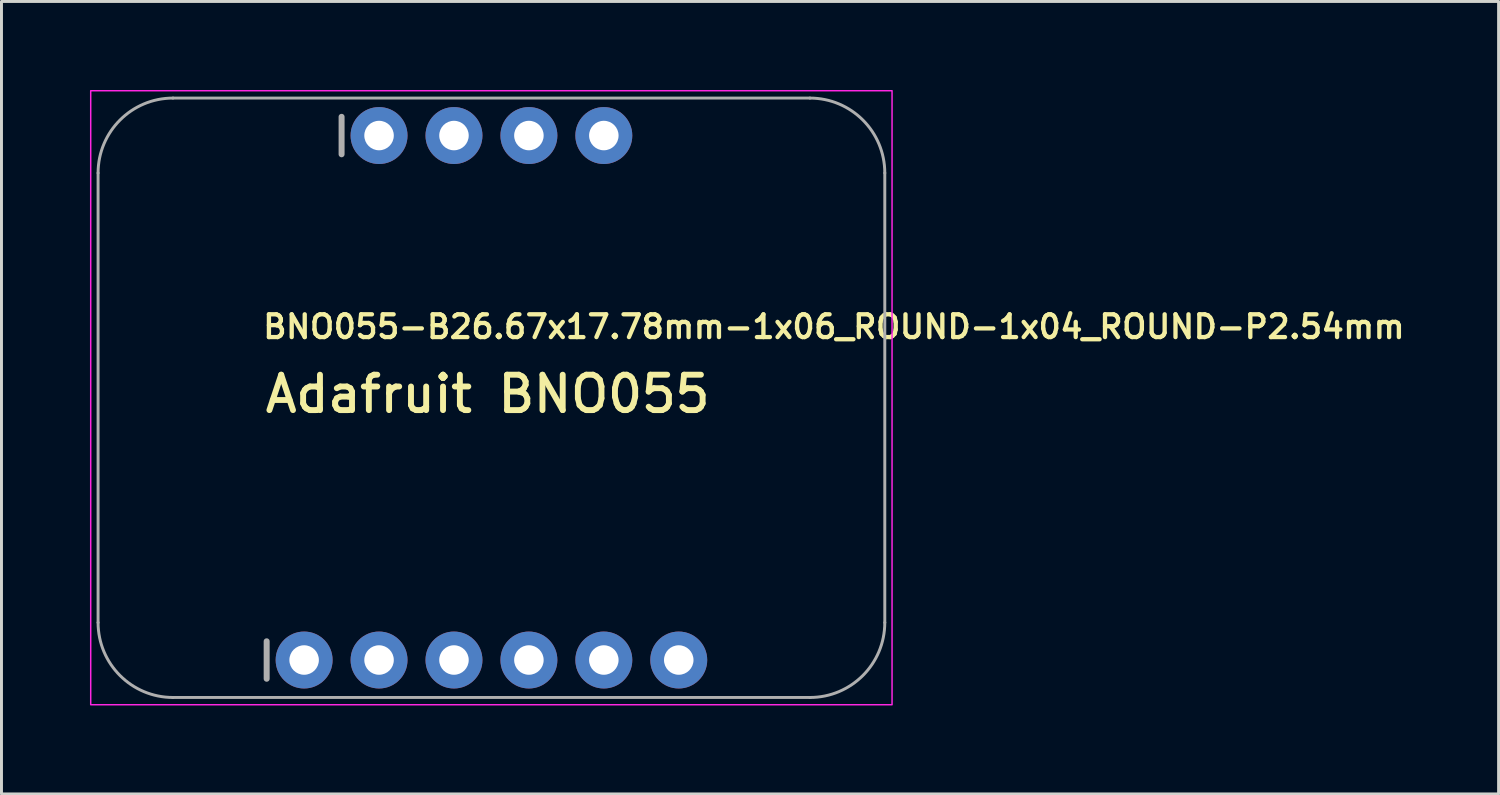
<source format=kicad_pcb>
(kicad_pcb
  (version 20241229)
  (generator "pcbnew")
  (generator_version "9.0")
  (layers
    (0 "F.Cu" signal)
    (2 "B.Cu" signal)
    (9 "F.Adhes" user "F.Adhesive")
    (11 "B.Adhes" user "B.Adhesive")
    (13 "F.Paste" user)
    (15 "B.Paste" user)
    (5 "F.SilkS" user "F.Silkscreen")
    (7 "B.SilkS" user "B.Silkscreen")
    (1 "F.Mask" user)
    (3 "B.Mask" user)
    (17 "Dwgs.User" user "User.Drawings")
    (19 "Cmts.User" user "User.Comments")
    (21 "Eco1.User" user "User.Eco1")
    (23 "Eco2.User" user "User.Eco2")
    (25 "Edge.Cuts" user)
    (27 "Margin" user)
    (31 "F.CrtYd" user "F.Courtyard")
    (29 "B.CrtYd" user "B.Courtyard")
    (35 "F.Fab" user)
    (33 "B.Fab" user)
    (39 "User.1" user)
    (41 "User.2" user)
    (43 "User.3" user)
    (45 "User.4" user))
  (footprint "BNO055-B26.67x17.78mm-1x06_ROUND-1x04_ROUND-P2.54mm"
    (layer "F.Cu")
    (at 13.483 10.308)
    (property "Reference" "BNO055-B26.67x17.78mm-1x06_ROUND-1x04_ROUND-P2.54mm" (at -7.696 -1.829 0) (layer "F.SilkS") (effects (font (size 0.772 0.772) (thickness 0.146)) (justify left bottom)))
    (attr through_hole)
    (fp_rect (start -13.458 -10.283) (end 13.708 10.533) (stroke (width 0.05) (type solid)) (fill no) (layer "F.CrtYd"))
    (fp_line (start -13.208 7.747) (end -13.208 -7.493) (stroke (width 0.1) (type solid)) (layer "F.Fab"))
    (fp_line (start -10.668 -10.033) (end 10.922 -10.033) (stroke (width 0.1) (type solid)) (layer "F.Fab"))
    (fp_line (start -7.493 8.382) (end -7.493 9.652) (stroke (width 0.203) (type solid)) (layer "F.Fab"))
    (fp_line (start -4.953 -9.398) (end -4.953 -8.128) (stroke (width 0.203) (type solid)) (layer "F.Fab"))
    (fp_line (start 10.922 10.287) (end -10.668 10.287) (stroke (width 0.1) (type solid)) (layer "F.Fab"))
    (fp_line (start 13.462 -7.493) (end 13.462 7.747) (stroke (width 0.1) (type solid)) (layer "F.Fab"))
    (fp_arc (start -13.208 -7.493) (mid -12.464051 -9.289051) (end -10.668 -10.033) (stroke (width 0.1) (type solid)) (layer "F.Fab"))
    (fp_arc (start -10.668 10.287) (mid -12.464051 9.543051) (end -13.208 7.747) (stroke (width 0.1) (type solid)) (layer "F.Fab"))
    (fp_arc (start 10.922 -10.033) (mid 12.718051 -9.289051) (end 13.462 -7.493) (stroke (width 0.1) (type solid)) (layer "F.Fab"))
    (fp_arc (start 13.462 7.747) (mid 12.718051 9.543051) (end 10.922 10.287) (stroke (width 0.1) (type solid)) (layer "F.Fab"))
    (fp_text user "Adafruit BNO055" (at 0 0 0) (unlocked yes) (layer "F.SilkS") (effects (font (size 1.2 1.2) (thickness 0.2))))
    (pad "1" thru_hole circle (at -6.223 9.017 90) (size 1.93 1.93) (drill 1) (layers "*.Cu" "*.Mask"))
    (pad "2" thru_hole circle (at -3.683 9.017 90) (size 1.93 1.93) (drill 1) (layers "*.Cu" "*.Mask"))
    (pad "3" thru_hole circle (at -1.143 9.017 90) (size 1.93 1.93) (drill 1) (layers "*.Cu" "*.Mask"))
    (pad "4" thru_hole circle (at 1.397 9.017 90) (size 1.93 1.93) (drill 1) (layers "*.Cu" "*.Mask"))
    (pad "5" thru_hole circle (at 3.937 9.017 90) (size 1.93 1.93) (drill 1) (layers "*.Cu" "*.Mask"))
    (pad "6" thru_hole circle (at 6.477 9.017 90) (size 1.93 1.93) (drill 1) (layers "*.Cu" "*.Mask"))
    (pad "7" thru_hole circle (at -3.683 -8.763 90) (size 1.93 1.93) (drill 1) (layers "*.Cu" "*.Mask"))
    (pad "8" thru_hole circle (at -1.143 -8.763 90) (size 1.93 1.93) (drill 1) (layers "*.Cu" "*.Mask"))
    (pad "9" thru_hole circle (at 1.397 -8.763 90) (size 1.93 1.93) (drill 1) (layers "*.Cu" "*.Mask"))
    (pad "10" thru_hole circle (at 3.937 -8.763 90) (size 1.93 1.93) (drill 1) (layers "*.Cu" "*.Mask")))
  (gr_rect
    (start -3 -3)
    (end 47.753 23.866)
    (stroke (width 0.1) (type default))
    (fill no)
    (layer "Edge.Cuts")))
</source>
